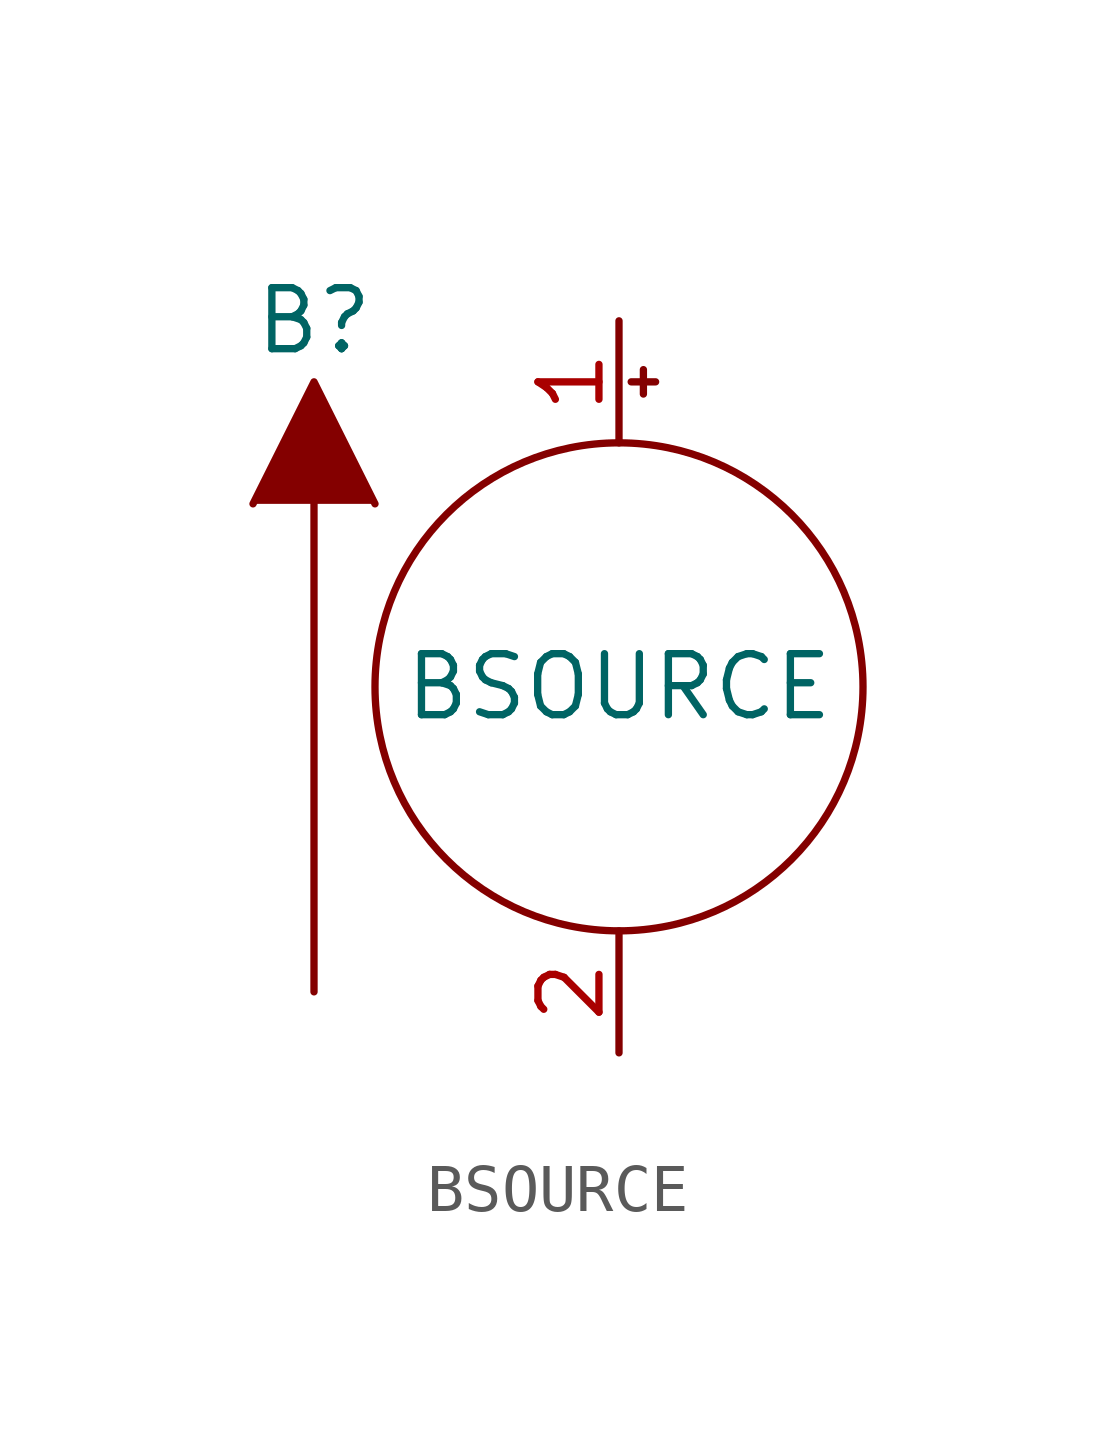
<source format=kicad_sym>
(kicad_symbol_lib
  (version 20220914)
  (generator kicad_symbol_editor)
  (symbol "BSOURCE"
    (pin_names
      (offset 1.016) hide)
    (property "Reference" "B"
      (at -6.35 7.62 0)
      (effects (font (size 1.27 1.27))))
    (property "Value" "BSOURCE"
      (at 0 0 0)
      (effects (font (size 1.27 1.27))))
    (symbol "BSOURCE_1_1"
      (polyline (pts (xy -6.35 -6.35) (xy -6.35 3.81)) (stroke (width 0) (type default)) (fill (type outline)))
      (polyline (pts (xy 0.254 6.35) (xy 0.762 6.35)) (stroke (width 0) (type default)) (fill (type none)))
      (polyline (pts (xy 0.508 6.604) (xy 0.508 6.096)) (stroke (width 0) (type default)) (fill (type none)))
      (polyline (pts (xy -7.62 3.81) (xy -6.35 6.35) (xy -5.08 3.81)) (stroke (width 0) (type default)) (fill (type outline)))
      (circle (center 0 0) (radius 5.08) (stroke (width 0) (type default)) (fill (type none)))
      (pin input line (at 0 7.62 270) (length 2.54) (name "N+" (effects (font (size 1.27 1.27)))) (number "1" (effects (font (size 1.27 1.27)))))
      (pin input line (at 0 -7.62 90) (length 2.54) (name "N-" (effects (font (size 1.27 1.27)))) (number "2" (effects (font (size 1.27 1.27))))))))
</source>
